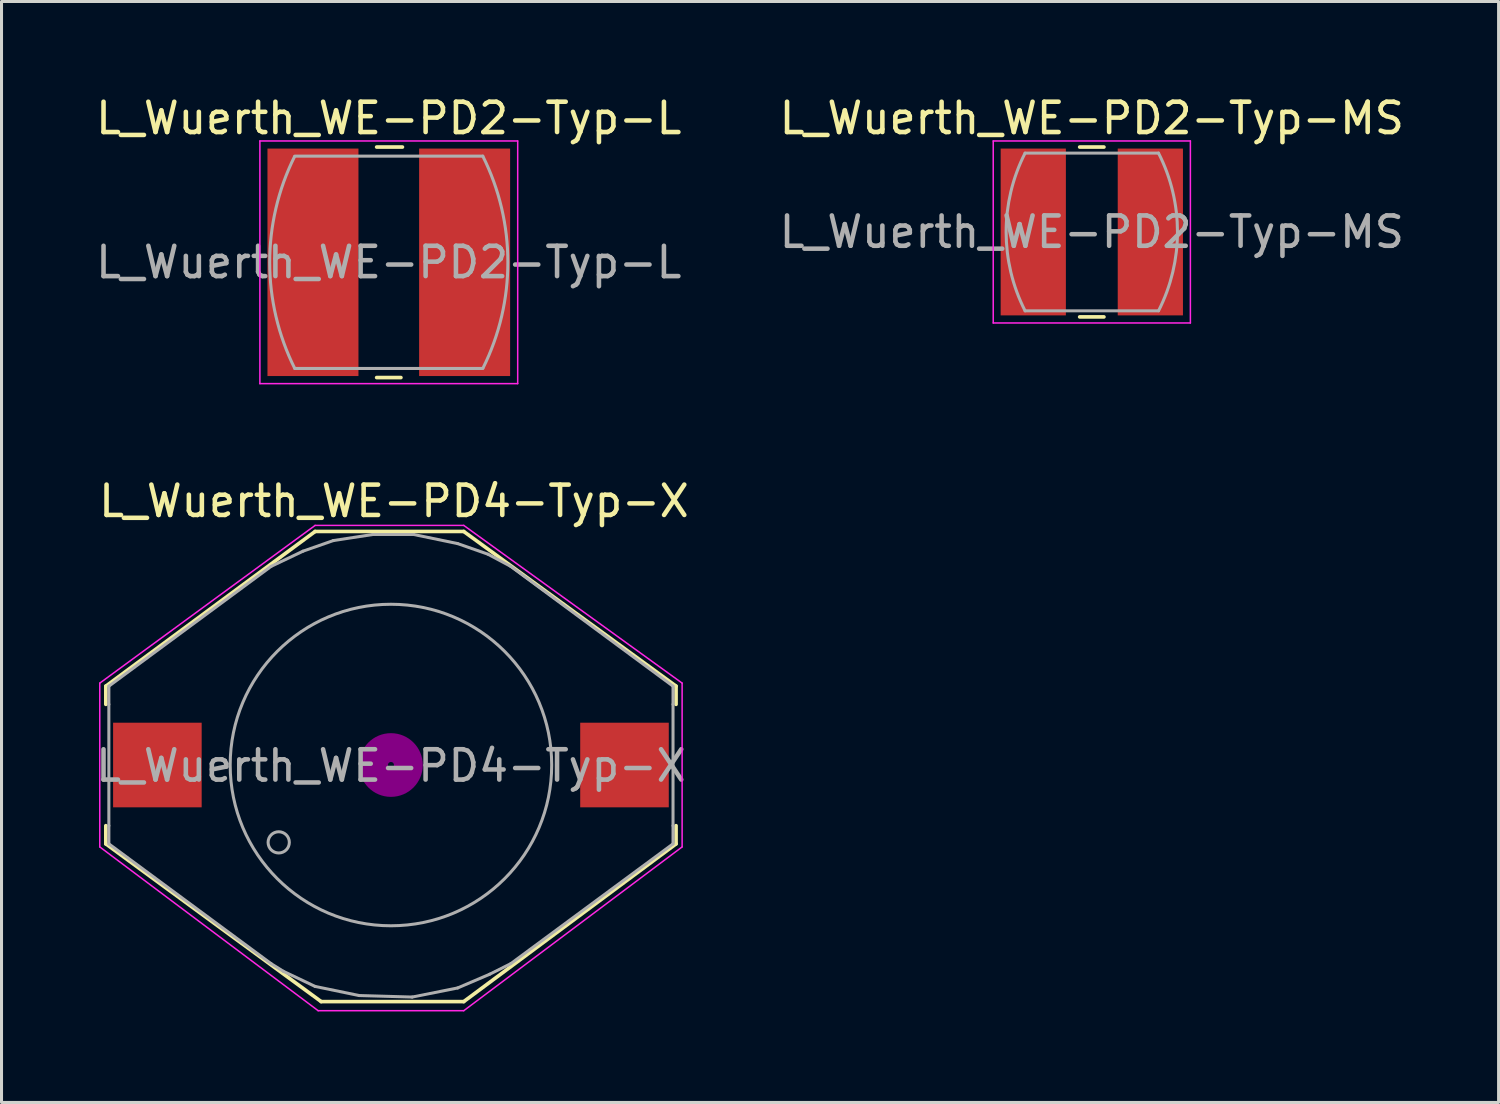
<source format=kicad_pcb>
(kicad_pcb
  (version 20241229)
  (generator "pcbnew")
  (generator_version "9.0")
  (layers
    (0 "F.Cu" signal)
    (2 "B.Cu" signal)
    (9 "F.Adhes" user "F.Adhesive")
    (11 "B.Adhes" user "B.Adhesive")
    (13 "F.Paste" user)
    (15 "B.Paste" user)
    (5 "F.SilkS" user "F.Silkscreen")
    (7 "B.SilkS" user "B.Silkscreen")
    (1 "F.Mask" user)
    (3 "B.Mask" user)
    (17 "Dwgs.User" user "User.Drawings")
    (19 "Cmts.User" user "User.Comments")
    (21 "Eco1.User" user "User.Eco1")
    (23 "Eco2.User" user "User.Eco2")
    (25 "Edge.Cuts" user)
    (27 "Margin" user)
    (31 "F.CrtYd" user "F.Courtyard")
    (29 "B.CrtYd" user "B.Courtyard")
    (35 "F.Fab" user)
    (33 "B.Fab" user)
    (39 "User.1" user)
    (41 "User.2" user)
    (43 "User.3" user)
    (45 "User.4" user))
  (footprint "L_Wuerth_WE-PD4-Typ-X"
    (layer "F.Cu")
    (at 9.839 22.172)
    (property "Reference" "L_Wuerth_WE-PD4-Typ-X" (at 0.1 -8.7 0) (layer "F.SilkS") (effects (font (size 1 1) (thickness 0.15))))
    (attr smd)
    (fp_line (start -9.4 -2.6) (end -2.5 -7.7) (stroke (width 0.12) (type solid)) (layer "F.SilkS"))
    (fp_line (start -9.4 -2) (end -9.4 -2.6) (stroke (width 0.12) (type solid)) (layer "F.SilkS"))
    (fp_line (start -9.4 2.6) (end -9.4 2) (stroke (width 0.12) (type solid)) (layer "F.SilkS"))
    (fp_line (start -9.4 2.6) (end -2.3 7.8) (stroke (width 0.12) (type solid)) (layer "F.SilkS"))
    (fp_line (start -2.5 -7.7) (end 2.4 -7.7) (stroke (width 0.12) (type solid)) (layer "F.SilkS"))
    (fp_line (start -2.3 7.8) (end 2.4 7.8) (stroke (width 0.12) (type solid)) (layer "F.SilkS"))
    (fp_line (start 2.4 -7.7) (end 9.4 -2.6) (stroke (width 0.12) (type solid)) (layer "F.SilkS"))
    (fp_line (start 2.4 7.8) (end 9.4 2.6) (stroke (width 0.12) (type solid)) (layer "F.SilkS"))
    (fp_line (start 9.4 -2) (end 9.4 -2.6) (stroke (width 0.12) (type solid)) (layer "F.SilkS"))
    (fp_line (start 9.4 2.6) (end 9.4 2) (stroke (width 0.12) (type solid)) (layer "F.SilkS"))
    (fp_circle (center 0 0) (end 0.1 0) (stroke (width 0.3) (type solid)) (fill no) (layer "F.Adhes"))
    (fp_circle (center 0 0) (end 0.3 0) (stroke (width 0.3) (type solid)) (fill no) (layer "F.Adhes"))
    (fp_circle (center 0 0) (end 0.5 0) (stroke (width 0.3) (type solid)) (fill no) (layer "F.Adhes"))
    (fp_circle (center 0 0) (end 0.7 0) (stroke (width 0.3) (type solid)) (fill no) (layer "F.Adhes"))
    (fp_circle (center 0 0) (end 0.9 0) (stroke (width 0.3) (type solid)) (fill no) (layer "F.Adhes"))
    (fp_line (start -9.6 -2.7) (end -2.5 -7.9) (stroke (width 0.05) (type solid)) (layer "F.CrtYd"))
    (fp_line (start -9.6 2.7) (end -9.6 -2.7) (stroke (width 0.05) (type solid)) (layer "F.CrtYd"))
    (fp_line (start -2.5 -7.9) (end 2.4 -7.9) (stroke (width 0.05) (type solid)) (layer "F.CrtYd"))
    (fp_line (start -2.4 8.1) (end -9.6 2.7) (stroke (width 0.05) (type solid)) (layer "F.CrtYd"))
    (fp_line (start 2.4 -7.9) (end 9.6 -2.7) (stroke (width 0.05) (type solid)) (layer "F.CrtYd"))
    (fp_line (start 2.4 8.1) (end -2.4 8.1) (stroke (width 0.05) (type solid)) (layer "F.CrtYd"))
    (fp_line (start 9.6 -2.7) (end 9.6 2.7) (stroke (width 0.05) (type solid)) (layer "F.CrtYd"))
    (fp_line (start 9.6 2.7) (end 2.4 8.1) (stroke (width 0.05) (type solid)) (layer "F.CrtYd"))
    (fp_line (start -9.3 -2.6) (end -9.3 -2) (stroke (width 0.1) (type solid)) (layer "F.Fab"))
    (fp_line (start -9.3 -2.6) (end -3.95 -6.55) (stroke (width 0.1) (type solid)) (layer "F.Fab"))
    (fp_line (start -9.3 2) (end -9.3 -2) (stroke (width 0.1) (type solid)) (layer "F.Fab"))
    (fp_line (start -9.3 2) (end -9.3 2.6) (stroke (width 0.1) (type solid)) (layer "F.Fab"))
    (fp_line (start -9.3 2.6) (end -3.95 6.55) (stroke (width 0.1) (type solid)) (layer "F.Fab"))
    (fp_line (start -3.95 -6.55) (end -2.9 -7.05) (stroke (width 0.1) (type solid)) (layer "F.Fab"))
    (fp_line (start -3.55 6.8) (end -3.95 6.55) (stroke (width 0.1) (type solid)) (layer "F.Fab"))
    (fp_line (start -2.9 -7.05) (end -1.9 -7.4) (stroke (width 0.1) (type solid)) (layer "F.Fab"))
    (fp_line (start -2.5 7.3) (end -3.55 6.8) (stroke (width 0.1) (type solid)) (layer "F.Fab"))
    (fp_line (start -1.9 -7.4) (end -0.6 -7.6) (stroke (width 0.1) (type solid)) (layer "F.Fab"))
    (fp_line (start -1.05 7.6) (end -2.5 7.3) (stroke (width 0.1) (type solid)) (layer "F.Fab"))
    (fp_line (start -0.6 -7.6) (end 0.75 -7.6) (stroke (width 0.1) (type solid)) (layer "F.Fab"))
    (fp_line (start 0.7 7.65) (end -1.05 7.6) (stroke (width 0.1) (type solid)) (layer "F.Fab"))
    (fp_line (start 0.75 -7.6) (end 2.2 -7.3) (stroke (width 0.1) (type solid)) (layer "F.Fab"))
    (fp_line (start 2.2 -7.3) (end 3.2 -6.95) (stroke (width 0.1) (type solid)) (layer "F.Fab"))
    (fp_line (start 2.2 7.35) (end 0.7 7.65) (stroke (width 0.1) (type solid)) (layer "F.Fab"))
    (fp_line (start 3.2 -6.95) (end 3.95 -6.55) (stroke (width 0.1) (type solid)) (layer "F.Fab"))
    (fp_line (start 3.25 6.9) (end 2.2 7.35) (stroke (width 0.1) (type solid)) (layer "F.Fab"))
    (fp_line (start 3.95 -6.55) (end 9.3 -2.6) (stroke (width 0.1) (type solid)) (layer "F.Fab"))
    (fp_line (start 3.95 6.55) (end 3.25 6.9) (stroke (width 0.1) (type solid)) (layer "F.Fab"))
    (fp_line (start 9.3 -2) (end 9.3 -2.6) (stroke (width 0.1) (type solid)) (layer "F.Fab"))
    (fp_line (start 9.3 -2) (end 9.3 2) (stroke (width 0.1) (type solid)) (layer "F.Fab"))
    (fp_line (start 9.3 2) (end 9.3 2.6) (stroke (width 0.1) (type solid)) (layer "F.Fab"))
    (fp_line (start 9.3 2.6) (end 3.95 6.55) (stroke (width 0.1) (type solid)) (layer "F.Fab"))
    (fp_circle (center -3.7 2.55) (end -3.7 2.2) (stroke (width 0.1) (type solid)) (fill no) (layer "F.Fab"))
    (fp_circle (center 0 0) (end 0 -5.3) (stroke (width 0.1) (type solid)) (fill no) (layer "F.Fab"))
    (fp_text user "${REFERENCE}" (at 0 0.025 0) (layer "F.Fab") (effects (font (size 1 1) (thickness 0.15))))
    (pad "1" smd rect (at -7.7 0 90) (size 2.79 2.92) (layers "F.Cu" "F.Mask" "F.Paste"))
    (pad "2" smd rect (at 7.7 0 90) (size 2.79 2.92) (layers "F.Cu" "F.Mask" "F.Paste")))
  (footprint "L_Wuerth_WE-PD2-Typ-L"
    (layer "F.Cu")
    (at 9.768 5.598)
    (property "Reference" "L_Wuerth_WE-PD2-Typ-L" (at 0 -4.75 0) (layer "F.SilkS") (effects (font (size 1 1) (thickness 0.15))))
    (attr smd)
    (fp_line (start -0.4 -3.8) (end 0.45 -3.8) (stroke (width 0.12) (type solid)) (layer "F.SilkS"))
    (fp_line (start -0.4 3.8) (end 0.4 3.8) (stroke (width 0.12) (type solid)) (layer "F.SilkS"))
    (fp_line (start -4.25 -4) (end 4.25 -4) (stroke (width 0.05) (type solid)) (layer "F.CrtYd"))
    (fp_line (start -4.25 4) (end -4.25 -4) (stroke (width 0.05) (type solid)) (layer "F.CrtYd"))
    (fp_line (start 4.25 -4) (end 4.25 4) (stroke (width 0.05) (type solid)) (layer "F.CrtYd"))
    (fp_line (start 4.25 4) (end -4.25 4) (stroke (width 0.05) (type solid)) (layer "F.CrtYd"))
    (fp_line (start -3.1 3.5) (end 3.1 3.5) (stroke (width 0.1) (type solid)) (layer "F.Fab"))
    (fp_line (start 3.1 -3.5) (end -3.1 -3.5) (stroke (width 0.1) (type solid)) (layer "F.Fab"))
    (fp_arc (start -3.1 3.5) (mid -3.926233 0.008885) (end -3.107929 -3.484096) (stroke (width 0.1) (type solid)) (layer "F.Fab"))
    (fp_arc (start 3.1 -3.5) (mid 3.926233 -0.008885) (end 3.107929 3.484096) (stroke (width 0.1) (type solid)) (layer "F.Fab"))
    (fp_text user "${REFERENCE}" (at 0 0 0) (layer "F.Fab") (effects (font (size 1 1) (thickness 0.15))))
    (pad "1" smd rect (at -2.5 0) (size 3 7.5) (layers "F.Cu" "F.Mask" "F.Paste"))
    (pad "2" smd rect (at 2.5 0) (size 3 7.5) (layers "F.Cu" "F.Mask" "F.Paste")))
  (footprint "L_Wuerth_WE-PD2-Typ-MS"
    (layer "F.Cu")
    (at 32.946 4.598)
    (property "Reference" "L_Wuerth_WE-PD2-Typ-MS" (at 0 -3.75 0) (layer "F.SilkS") (effects (font (size 1 1) (thickness 0.15))))
    (attr smd)
    (fp_line (start -0.4 -2.8) (end 0.4 -2.8) (stroke (width 0.12) (type solid)) (layer "F.SilkS"))
    (fp_line (start -0.4 2.8) (end 0.4 2.8) (stroke (width 0.12) (type solid)) (layer "F.SilkS"))
    (fp_line (start -3.25 -3) (end 3.25 -3) (stroke (width 0.05) (type solid)) (layer "F.CrtYd"))
    (fp_line (start -3.25 3) (end -3.25 -3) (stroke (width 0.05) (type solid)) (layer "F.CrtYd"))
    (fp_line (start 3.25 -3) (end 3.25 3) (stroke (width 0.05) (type solid)) (layer "F.CrtYd"))
    (fp_line (start 3.25 3) (end -3.25 3) (stroke (width 0.05) (type solid)) (layer "F.CrtYd"))
    (fp_line (start -2.2 -2.6) (end 2.2 -2.6) (stroke (width 0.1) (type solid)) (layer "F.Fab"))
    (fp_line (start 2.2 2.6) (end -2.2 2.6) (stroke (width 0.1) (type solid)) (layer "F.Fab"))
    (fp_arc (start -2.2 2.6) (mid -2.824509 0.001265) (end -2.201149 -2.597745) (stroke (width 0.1) (type solid)) (layer "F.Fab"))
    (fp_arc (start 2.2 -2.6) (mid 2.824509 -0.001265) (end 2.201149 2.597745) (stroke (width 0.1) (type solid)) (layer "F.Fab"))
    (fp_text user "${REFERENCE}" (at 0 0 0) (layer "F.Fab") (effects (font (size 1 1) (thickness 0.15))))
    (pad "1" smd rect (at -1.93 0) (size 2.15 5.5) (layers "F.Cu" "F.Mask" "F.Paste"))
    (pad "2" smd rect (at 1.93 0) (size 2.15 5.5) (layers "F.Cu" "F.Mask" "F.Paste")))
  (gr_rect
    (start -3 -3)
    (end 46.357 33.297)
    (stroke (width 0.1) (type default))
    (fill no)
    (layer "Edge.Cuts")))
</source>
